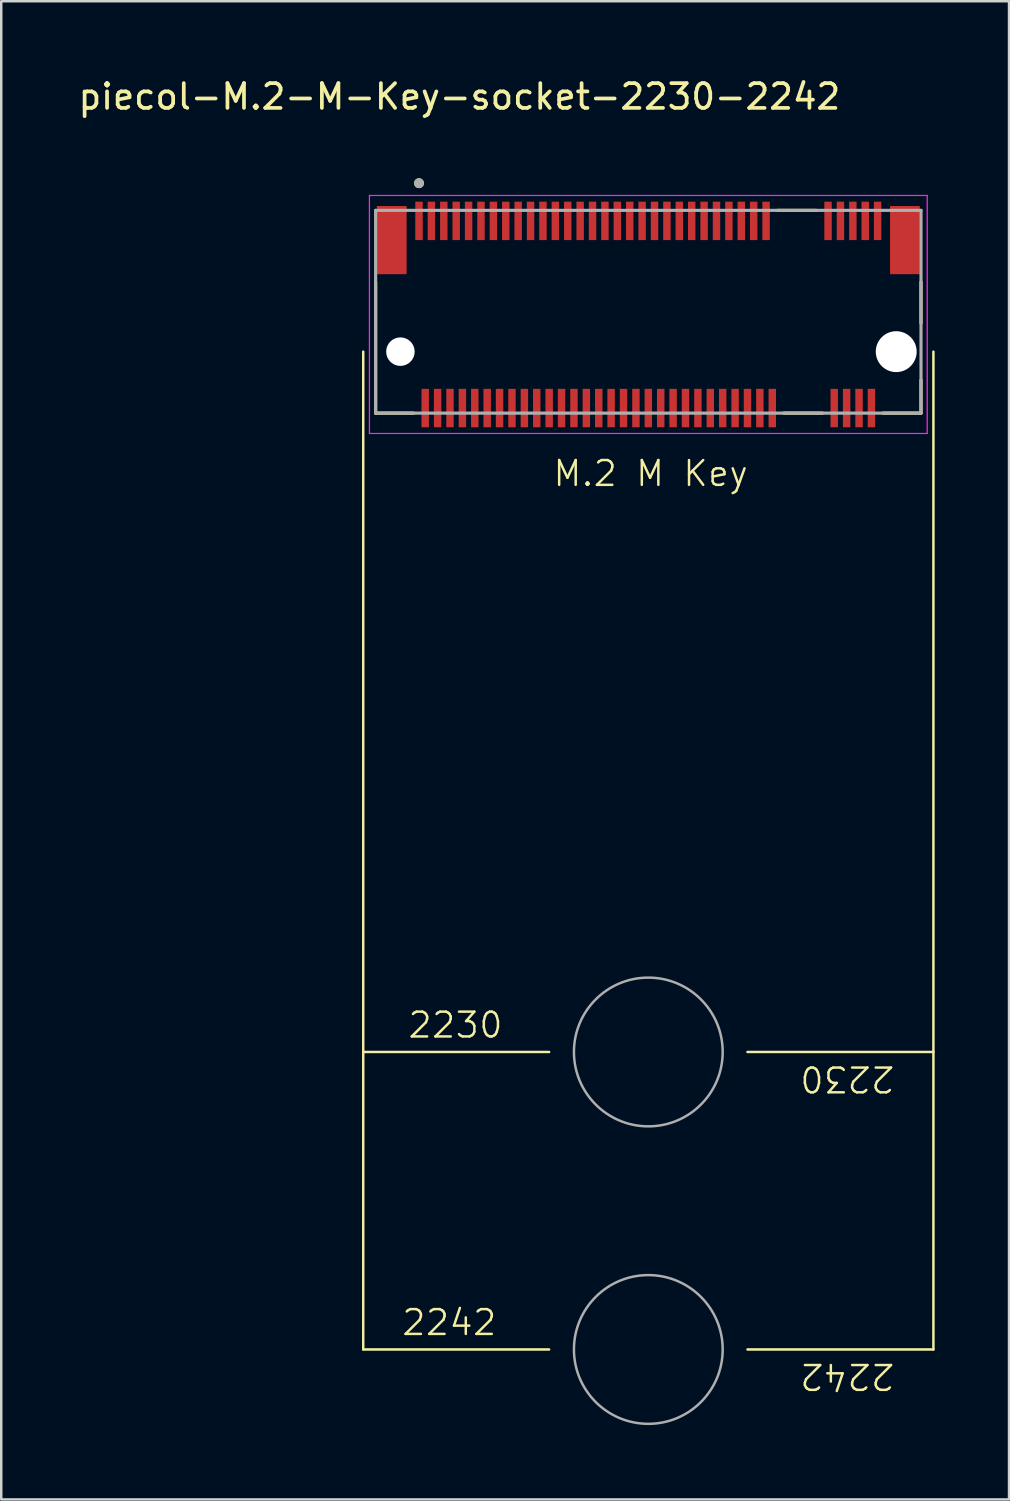
<source format=kicad_pcb>
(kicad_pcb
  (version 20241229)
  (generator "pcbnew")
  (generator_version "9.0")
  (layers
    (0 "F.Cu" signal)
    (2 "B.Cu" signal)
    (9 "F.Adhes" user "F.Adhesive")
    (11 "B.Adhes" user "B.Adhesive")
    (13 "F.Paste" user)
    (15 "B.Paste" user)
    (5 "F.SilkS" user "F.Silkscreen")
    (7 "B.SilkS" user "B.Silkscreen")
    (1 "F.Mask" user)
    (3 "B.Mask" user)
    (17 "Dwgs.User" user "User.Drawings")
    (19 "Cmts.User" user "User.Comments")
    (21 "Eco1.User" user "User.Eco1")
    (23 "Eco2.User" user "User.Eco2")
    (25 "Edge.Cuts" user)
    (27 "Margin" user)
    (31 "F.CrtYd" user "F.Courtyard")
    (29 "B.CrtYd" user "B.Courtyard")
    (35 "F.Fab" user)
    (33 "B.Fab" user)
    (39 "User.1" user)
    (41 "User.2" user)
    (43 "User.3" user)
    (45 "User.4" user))
  (footprint "piecol-M.2-M-Key-socket-2230-2242"
    (layer "F.Cu")
    (at 23.102 11.135)
    (property "Reference" "piecol-M.2-M-Key-socket-2230-2242" (at -7.62 -10.287 0) (layer "F.SilkS") (effects (font (size 1 1) (thickness 0.15))))
    (fp_line (start -11.5 0) (end -11.5 40.25) (stroke (width 0.1) (type default)) (layer "F.SilkS"))
    (fp_line (start -11.5 28.25) (end -4 28.25) (stroke (width 0.1) (type default)) (layer "F.SilkS"))
    (fp_line (start -11.5 40.25) (end -4 40.25) (stroke (width 0.1) (type default)) (layer "F.SilkS"))
    (fp_line (start -11 2.48) (end -11 -2.805) (stroke (width 0.127) (type solid)) (layer "F.SilkS"))
    (fp_line (start -9.47 2.48) (end -11 2.48) (stroke (width 0.127) (type solid)) (layer "F.SilkS"))
    (fp_line (start 4 28.25) (end 11.5 28.25) (stroke (width 0.1) (type default)) (layer "F.SilkS"))
    (fp_line (start 4 40.25) (end 11.5 40.25) (stroke (width 0.1) (type default)) (layer "F.SilkS"))
    (fp_line (start 5.213 -5.7) (end 6.777 -5.7) (stroke (width 0.127) (type solid)) (layer "F.SilkS"))
    (fp_line (start 5.463 2.48) (end 7.027 2.48) (stroke (width 0.127) (type solid)) (layer "F.SilkS"))
    (fp_line (start 11 -2.805) (end 11 -1.145) (stroke (width 0.127) (type solid)) (layer "F.SilkS"))
    (fp_line (start 11 2.48) (end 9.47 2.48) (stroke (width 0.127) (type solid)) (layer "F.SilkS"))
    (fp_line (start 11 2.48) (end 11 1.145) (stroke (width 0.127) (type solid)) (layer "F.SilkS"))
    (fp_line (start 11.5 40.25) (end 11.5 0) (stroke (width 0.1) (type default)) (layer "F.SilkS"))
    (fp_circle (center -9.25 -6.796) (end -9.15 -6.796) (stroke (width 0.2) (type solid)) (fill no) (layer "F.SilkS"))
    (fp_line (start -11.25 -6.3) (end -11.25 3.3) (stroke (width 0.05) (type solid)) (layer "F.CrtYd"))
    (fp_line (start -11.25 3.3) (end 11.25 3.3) (stroke (width 0.05) (type solid)) (layer "F.CrtYd"))
    (fp_line (start 11.25 -6.3) (end -11.25 -6.3) (stroke (width 0.05) (type solid)) (layer "F.CrtYd"))
    (fp_line (start 11.25 3.3) (end 11.25 -6.3) (stroke (width 0.05) (type solid)) (layer "F.CrtYd"))
    (fp_line (start -11 -5.7) (end 11 -5.7) (stroke (width 0.127) (type solid)) (layer "F.Fab"))
    (fp_line (start -11 2.48) (end -11 -5.7) (stroke (width 0.127) (type solid)) (layer "F.Fab"))
    (fp_line (start 11 -5.7) (end 11 2.48) (stroke (width 0.127) (type solid)) (layer "F.Fab"))
    (fp_line (start 11 2.48) (end -11 2.48) (stroke (width 0.127) (type solid)) (layer "F.Fab"))
    (fp_circle (center -9.25 -6.796) (end -9.15 -6.796) (stroke (width 0.2) (type solid)) (fill no) (layer "F.Fab"))
    (fp_circle (center 0 28.25) (end 3 28.25) (stroke (width 0.1) (type default)) (fill no) (layer "F.Fab"))
    (fp_circle (center 0 40.25) (end 3 40.25) (stroke (width 0.1) (type default)) (fill no) (layer "F.Fab"))
    (fp_text user "2230" (at -9.75 27.75 0) (unlocked yes) (layer "F.SilkS") (effects (font (size 1 1) (thickness 0.1)) (justify left bottom)))
    (fp_text user "M.2 M Key" (at -3.9 5.5 0) (unlocked yes) (layer "F.SilkS") (effects (font (size 1 1) (thickness 0.1)) (justify left bottom)))
    (fp_text user "2242" (at 10 40.75 180) (unlocked yes) (layer "F.SilkS") (effects (font (size 1 1) (thickness 0.1)) (justify left bottom)))
    (fp_text user "2242" (at -10 39.75 0) (unlocked yes) (layer "F.SilkS") (effects (font (size 1 1) (thickness 0.1)) (justify left bottom)))
    (fp_text user "2230" (at 10 28.75 180) (unlocked yes) (layer "F.SilkS") (effects (font (size 1 1) (thickness 0.1)) (justify left bottom)))
    (pad "" np_thru_hole circle (at -10 0) (size 1.15 1.15) (drill 1.15) (layers "*.Cu" "*.Mask"))
    (pad "" np_thru_hole circle (at 10 0) (size 1.65 1.65) (drill 1.65) (layers "*.Cu" "*.Mask"))
    (pad "1" smd rect (at -9.25 -5.275) (size 0.3 1.55) (layers "F.Cu" "F.Mask" "F.Paste"))
    (pad "2" smd rect (at -9 2.275) (size 0.3 1.55) (layers "F.Cu" "F.Mask" "F.Paste"))
    (pad "3" smd rect (at -8.75 -5.275) (size 0.3 1.55) (layers "F.Cu" "F.Mask" "F.Paste"))
    (pad "4" smd rect (at -8.5 2.275) (size 0.3 1.55) (layers "F.Cu" "F.Mask" "F.Paste"))
    (pad "5" smd rect (at -8.25 -5.275) (size 0.3 1.55) (layers "F.Cu" "F.Mask" "F.Paste"))
    (pad "6" smd rect (at -8 2.275) (size 0.3 1.55) (layers "F.Cu" "F.Mask" "F.Paste"))
    (pad "7" smd rect (at -7.75 -5.275) (size 0.3 1.55) (layers "F.Cu" "F.Mask" "F.Paste"))
    (pad "8" smd rect (at -7.5 2.275) (size 0.3 1.55) (layers "F.Cu" "F.Mask" "F.Paste"))
    (pad "9" smd rect (at -7.25 -5.275) (size 0.3 1.55) (layers "F.Cu" "F.Mask" "F.Paste"))
    (pad "10" smd rect (at -7 2.275) (size 0.3 1.55) (layers "F.Cu" "F.Mask" "F.Paste"))
    (pad "11" smd rect (at -6.75 -5.275) (size 0.3 1.55) (layers "F.Cu" "F.Mask" "F.Paste"))
    (pad "12" smd rect (at -6.5 2.275) (size 0.3 1.55) (layers "F.Cu" "F.Mask" "F.Paste"))
    (pad "13" smd rect (at -6.25 -5.275) (size 0.3 1.55) (layers "F.Cu" "F.Mask" "F.Paste"))
    (pad "14" smd rect (at -6 2.275) (size 0.3 1.55) (layers "F.Cu" "F.Mask" "F.Paste"))
    (pad "15" smd rect (at -5.75 -5.275) (size 0.3 1.55) (layers "F.Cu" "F.Mask" "F.Paste"))
    (pad "16" smd rect (at -5.5 2.275) (size 0.3 1.55) (layers "F.Cu" "F.Mask" "F.Paste"))
    (pad "17" smd rect (at -5.25 -5.275) (size 0.3 1.55) (layers "F.Cu" "F.Mask" "F.Paste"))
    (pad "18" smd rect (at -5 2.275) (size 0.3 1.55) (layers "F.Cu" "F.Mask" "F.Paste"))
    (pad "19" smd rect (at -4.75 -5.275) (size 0.3 1.55) (layers "F.Cu" "F.Mask" "F.Paste"))
    (pad "20" smd rect (at -4.5 2.275) (size 0.3 1.55) (layers "F.Cu" "F.Mask" "F.Paste"))
    (pad "21" smd rect (at -4.25 -5.275) (size 0.3 1.55) (layers "F.Cu" "F.Mask" "F.Paste"))
    (pad "22" smd rect (at -4 2.275) (size 0.3 1.55) (layers "F.Cu" "F.Mask" "F.Paste"))
    (pad "23" smd rect (at -3.75 -5.275) (size 0.3 1.55) (layers "F.Cu" "F.Mask" "F.Paste"))
    (pad "24" smd rect (at -3.5 2.275) (size 0.3 1.55) (layers "F.Cu" "F.Mask" "F.Paste"))
    (pad "25" smd rect (at -3.25 -5.275) (size 0.3 1.55) (layers "F.Cu" "F.Mask" "F.Paste"))
    (pad "26" smd rect (at -3 2.275) (size 0.3 1.55) (layers "F.Cu" "F.Mask" "F.Paste"))
    (pad "27" smd rect (at -2.75 -5.275) (size 0.3 1.55) (layers "F.Cu" "F.Mask" "F.Paste"))
    (pad "28" smd rect (at -2.5 2.275) (size 0.3 1.55) (layers "F.Cu" "F.Mask" "F.Paste"))
    (pad "29" smd rect (at -2.25 -5.275) (size 0.3 1.55) (layers "F.Cu" "F.Mask" "F.Paste"))
    (pad "30" smd rect (at -2 2.275) (size 0.3 1.55) (layers "F.Cu" "F.Mask" "F.Paste"))
    (pad "31" smd rect (at -1.75 -5.275) (size 0.3 1.55) (layers "F.Cu" "F.Mask" "F.Paste"))
    (pad "32" smd rect (at -1.5 2.275) (size 0.3 1.55) (layers "F.Cu" "F.Mask" "F.Paste"))
    (pad "33" smd rect (at -1.25 -5.275) (size 0.3 1.55) (layers "F.Cu" "F.Mask" "F.Paste"))
    (pad "34" smd rect (at -1 2.275) (size 0.3 1.55) (layers "F.Cu" "F.Mask" "F.Paste"))
    (pad "35" smd rect (at -0.75 -5.275) (size 0.3 1.55) (layers "F.Cu" "F.Mask" "F.Paste"))
    (pad "36" smd rect (at -0.5 2.275) (size 0.3 1.55) (layers "F.Cu" "F.Mask" "F.Paste"))
    (pad "37" smd rect (at -0.25 -5.275) (size 0.3 1.55) (layers "F.Cu" "F.Mask" "F.Paste"))
    (pad "38" smd rect (at 0 2.275) (size 0.3 1.55) (layers "F.Cu" "F.Mask" "F.Paste"))
    (pad "39" smd rect (at 0.25 -5.275) (size 0.3 1.55) (layers "F.Cu" "F.Mask" "F.Paste"))
    (pad "40" smd rect (at 0.5 2.275) (size 0.3 1.55) (layers "F.Cu" "F.Mask" "F.Paste"))
    (pad "41" smd rect (at 0.75 -5.275) (size 0.3 1.55) (layers "F.Cu" "F.Mask" "F.Paste"))
    (pad "42" smd rect (at 1 2.275) (size 0.3 1.55) (layers "F.Cu" "F.Mask" "F.Paste"))
    (pad "43" smd rect (at 1.25 -5.275) (size 0.3 1.55) (layers "F.Cu" "F.Mask" "F.Paste"))
    (pad "44" smd rect (at 1.5 2.275) (size 0.3 1.55) (layers "F.Cu" "F.Mask" "F.Paste"))
    (pad "45" smd rect (at 1.75 -5.275) (size 0.3 1.55) (layers "F.Cu" "F.Mask" "F.Paste"))
    (pad "46" smd rect (at 2 2.275) (size 0.3 1.55) (layers "F.Cu" "F.Mask" "F.Paste"))
    (pad "47" smd rect (at 2.25 -5.275) (size 0.3 1.55) (layers "F.Cu" "F.Mask" "F.Paste"))
    (pad "48" smd rect (at 2.5 2.275) (size 0.3 1.55) (layers "F.Cu" "F.Mask" "F.Paste"))
    (pad "49" smd rect (at 2.75 -5.275) (size 0.3 1.55) (layers "F.Cu" "F.Mask" "F.Paste"))
    (pad "50" smd rect (at 3 2.275) (size 0.3 1.55) (layers "F.Cu" "F.Mask" "F.Paste"))
    (pad "51" smd rect (at 3.25 -5.275) (size 0.3 1.55) (layers "F.Cu" "F.Mask" "F.Paste"))
    (pad "52" smd rect (at 3.5 2.275) (size 0.3 1.55) (layers "F.Cu" "F.Mask" "F.Paste"))
    (pad "53" smd rect (at 3.75 -5.275) (size 0.3 1.55) (layers "F.Cu" "F.Mask" "F.Paste"))
    (pad "54" smd rect (at 4 2.275) (size 0.3 1.55) (layers "F.Cu" "F.Mask" "F.Paste"))
    (pad "55" smd rect (at 4.25 -5.275) (size 0.3 1.55) (layers "F.Cu" "F.Mask" "F.Paste"))
    (pad "56" smd rect (at 4.5 2.275) (size 0.3 1.55) (layers "F.Cu" "F.Mask" "F.Paste"))
    (pad "57" smd rect (at 4.75 -5.275) (size 0.3 1.55) (layers "F.Cu" "F.Mask" "F.Paste"))
    (pad "58" smd rect (at 5 2.275) (size 0.3 1.55) (layers "F.Cu" "F.Mask" "F.Paste"))
    (pad "67" smd rect (at 7.25 -5.275) (size 0.3 1.55) (layers "F.Cu" "F.Mask" "F.Paste"))
    (pad "68" smd rect (at 7.5 2.275) (size 0.3 1.55) (layers "F.Cu" "F.Mask" "F.Paste"))
    (pad "69" smd rect (at 7.75 -5.275) (size 0.3 1.55) (layers "F.Cu" "F.Mask" "F.Paste"))
    (pad "70" smd rect (at 8 2.275) (size 0.3 1.55) (layers "F.Cu" "F.Mask" "F.Paste"))
    (pad "71" smd rect (at 8.25 -5.275) (size 0.3 1.55) (layers "F.Cu" "F.Mask" "F.Paste"))
    (pad "72" smd rect (at 8.5 2.275) (size 0.3 1.55) (layers "F.Cu" "F.Mask" "F.Paste"))
    (pad "73" smd rect (at 8.75 -5.275) (size 0.3 1.55) (layers "F.Cu" "F.Mask" "F.Paste"))
    (pad "74" smd rect (at 9 2.275) (size 0.3 1.55) (layers "F.Cu" "F.Mask" "F.Paste"))
    (pad "75" smd rect (at 9.25 -5.275) (size 0.3 1.55) (layers "F.Cu" "F.Mask" "F.Paste"))
    (pad "S1" smd rect (at -10.35 -4.5) (size 1.2 2.75) (layers "F.Cu" "F.Mask" "F.Paste"))
    (pad "S2" smd rect (at 10.35 -4.5) (size 1.2 2.75) (layers "F.Cu" "F.Mask" "F.Paste")))
  (gr_rect
    (start -3 -3)
    (end 37.652 57.435)
    (stroke (width 0.1) (type default))
    (fill no)
    (layer "Edge.Cuts")))
</source>
